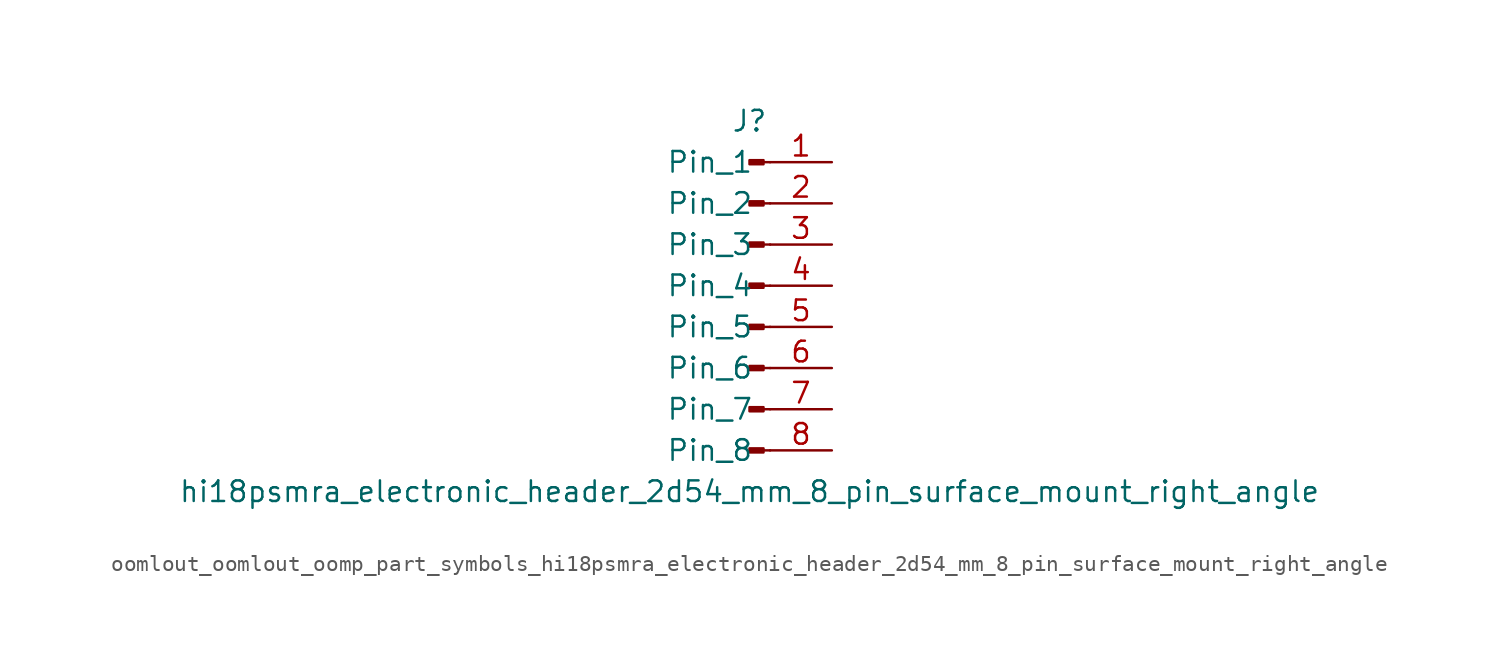
<source format=kicad_sym>
(kicad_symbol_lib
  (version 20220914)
  (generator kicad_symbol_editor)
  (symbol "oomlout_oomlout_oomp_part_symbols_hi18psmra_electronic_header_2d54_mm_8_pin_surface_mount_right_angle"
    (pin_names
      (offset 1.016))
    (property "Reference" "J"
      (at 0 10.16 0)
      (effects (font (size 1.27 1.27))))
    (property "Value" "hi18psmra_electronic_header_2d54_mm_8_pin_surface_mount_right_angle"
      (at 0 -12.7 0)
      (effects (font (size 1.27 1.27))))
    (property "ki_locked" ""
      (at 0 0 0)
      (effects (font (size 1.27 1.27))))
    (symbol "oomlout_oomlout_oomp_part_symbols_hi18psmra_electronic_header_2d54_mm_8_pin_surface_mount_right_angle_1_1"
      (polyline (pts (xy 1.27 -10.16) (xy 0.864 -10.16)) (stroke (width 0.152) (type default)) (fill (type none)))
      (polyline (pts (xy 1.27 -7.62) (xy 0.864 -7.62)) (stroke (width 0.152) (type default)) (fill (type none)))
      (polyline (pts (xy 1.27 -5.08) (xy 0.864 -5.08)) (stroke (width 0.152) (type default)) (fill (type none)))
      (polyline (pts (xy 1.27 -2.54) (xy 0.864 -2.54)) (stroke (width 0.152) (type default)) (fill (type none)))
      (polyline (pts (xy 1.27 0) (xy 0.864 0)) (stroke (width 0.152) (type default)) (fill (type none)))
      (polyline (pts (xy 1.27 2.54) (xy 0.864 2.54)) (stroke (width 0.152) (type default)) (fill (type none)))
      (polyline (pts (xy 1.27 5.08) (xy 0.864 5.08)) (stroke (width 0.152) (type default)) (fill (type none)))
      (polyline (pts (xy 1.27 7.62) (xy 0.864 7.62)) (stroke (width 0.152) (type default)) (fill (type none)))
      (rectangle (start 0.864 -10.033) (end 0 -10.287) (stroke (width 0.152) (type default)) (fill (type outline)))
      (rectangle (start 0.864 -7.493) (end 0 -7.747) (stroke (width 0.152) (type default)) (fill (type outline)))
      (rectangle (start 0.864 -4.953) (end 0 -5.207) (stroke (width 0.152) (type default)) (fill (type outline)))
      (rectangle (start 0.864 -2.413) (end 0 -2.667) (stroke (width 0.152) (type default)) (fill (type outline)))
      (rectangle (start 0.864 0.127) (end 0 -0.127) (stroke (width 0.152) (type default)) (fill (type outline)))
      (rectangle (start 0.864 2.667) (end 0 2.413) (stroke (width 0.152) (type default)) (fill (type outline)))
      (rectangle (start 0.864 5.207) (end 0 4.953) (stroke (width 0.152) (type default)) (fill (type outline)))
      (rectangle (start 0.864 7.747) (end 0 7.493) (stroke (width 0.152) (type default)) (fill (type outline)))
      (pin passive line (at 5.08 7.62 180) (length 3.81) (name "Pin_1" (effects (font (size 1.27 1.27)))) (number "1" (effects (font (size 1.27 1.27)))))
      (pin passive line (at 5.08 5.08 180) (length 3.81) (name "Pin_2" (effects (font (size 1.27 1.27)))) (number "2" (effects (font (size 1.27 1.27)))))
      (pin passive line (at 5.08 2.54 180) (length 3.81) (name "Pin_3" (effects (font (size 1.27 1.27)))) (number "3" (effects (font (size 1.27 1.27)))))
      (pin passive line (at 5.08 0 180) (length 3.81) (name "Pin_4" (effects (font (size 1.27 1.27)))) (number "4" (effects (font (size 1.27 1.27)))))
      (pin passive line (at 5.08 -2.54 180) (length 3.81) (name "Pin_5" (effects (font (size 1.27 1.27)))) (number "5" (effects (font (size 1.27 1.27)))))
      (pin passive line (at 5.08 -5.08 180) (length 3.81) (name "Pin_6" (effects (font (size 1.27 1.27)))) (number "6" (effects (font (size 1.27 1.27)))))
      (pin passive line (at 5.08 -7.62 180) (length 3.81) (name "Pin_7" (effects (font (size 1.27 1.27)))) (number "7" (effects (font (size 1.27 1.27)))))
      (pin passive line (at 5.08 -10.16 180) (length 3.81) (name "Pin_8" (effects (font (size 1.27 1.27)))) (number "8" (effects (font (size 1.27 1.27))))))))
</source>
